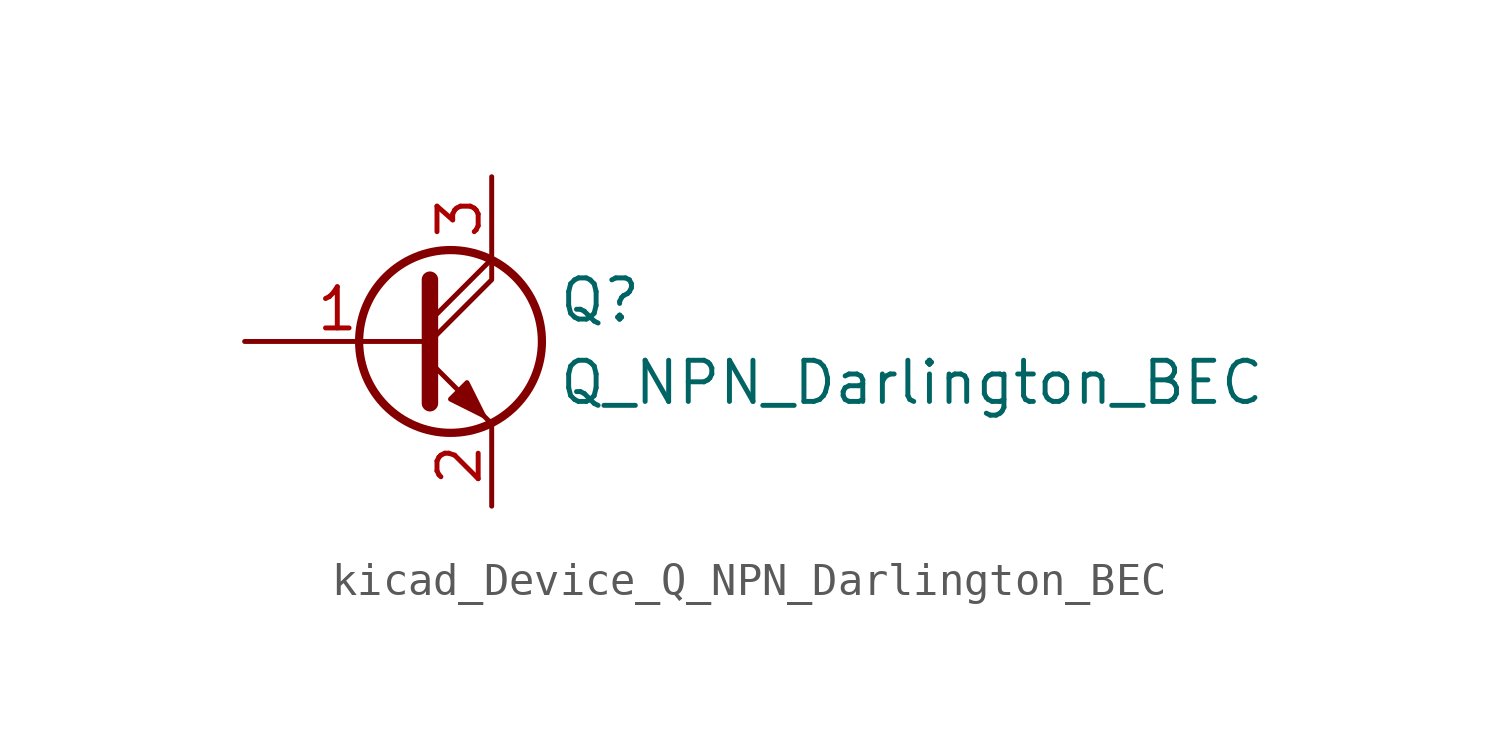
<source format=kicad_sym>
(kicad_symbol_lib
  (version 20220914)
  (generator kicad_symbol_editor)
  (symbol "kicad_Device_Q_NPN_Darlington_BEC"
    (pin_names
      (offset 0) hide)
    (property "Reference" "Q"
      (at 4.572 1.27 0)
      (effects (font (size 1.27 1.27)) (justify left)))
    (property "Value" "Q_NPN_Darlington_BEC"
      (at 4.572 -1.27 0)
      (effects (font (size 1.27 1.27)) (justify left)))
    (symbol "kicad_Device_Q_NPN_Darlington_BEC_0_1"
      (polyline (pts (xy 0.635 0.635) (xy 2.54 2.54)) (stroke (width 0) (type default)) (fill (type none)))
      (polyline (pts (xy 0.635 -0.635) (xy 2.54 -2.54) (xy 2.54 -2.54)) (stroke (width 0) (type default)) (fill (type none)))
      (polyline (pts (xy 0.635 0) (xy 2.54 1.905) (xy 2.54 2.54)) (stroke (width 0) (type default)) (fill (type none)))
      (polyline (pts (xy 0.635 1.905) (xy 0.635 -1.905) (xy 0.635 -1.905)) (stroke (width 0.508) (type default)) (fill (type none)))
      (polyline (pts (xy 1.27 -1.778) (xy 1.778 -1.27) (xy 2.286 -2.286) (xy 1.27 -1.778) (xy 1.27 -1.778)) (stroke (width 0) (type default)) (fill (type outline)))
      (circle (center 1.27 0) (radius 2.819) (stroke (width 0.254) (type default)) (fill (type none))))
    (symbol "kicad_Device_Q_NPN_Darlington_BEC_1_1"
      (pin input line (at -5.08 0 0) (length 5.715) (name "B" (effects (font (size 1.27 1.27)))) (number "1" (effects (font (size 1.27 1.27)))))
      (pin passive line (at 2.54 -5.08 90) (length 2.54) (name "E" (effects (font (size 1.27 1.27)))) (number "2" (effects (font (size 1.27 1.27)))))
      (pin passive line (at 2.54 5.08 270) (length 2.54) (name "C" (effects (font (size 1.27 1.27)))) (number "3" (effects (font (size 1.27 1.27))))))))
</source>
